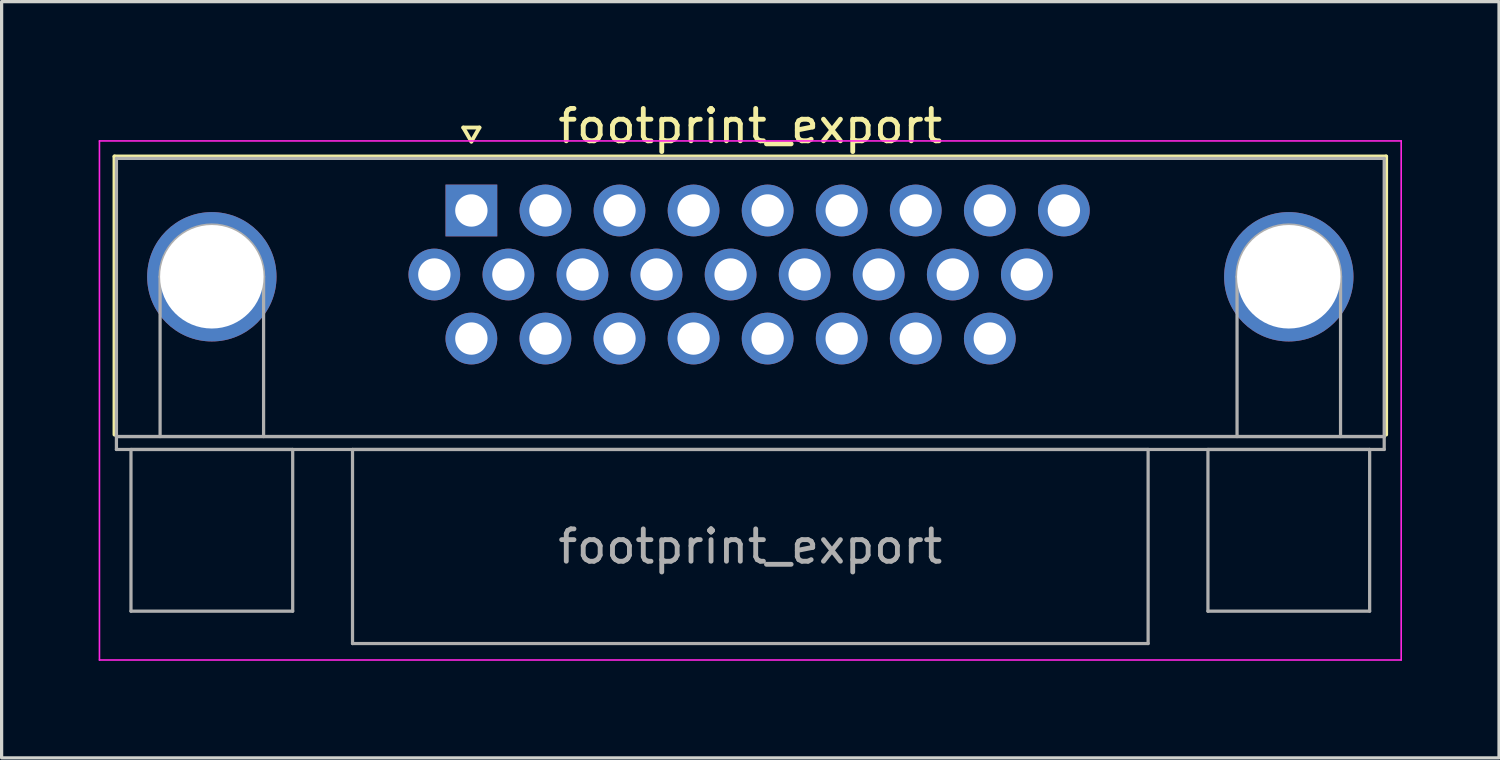
<source format=kicad_pcb>
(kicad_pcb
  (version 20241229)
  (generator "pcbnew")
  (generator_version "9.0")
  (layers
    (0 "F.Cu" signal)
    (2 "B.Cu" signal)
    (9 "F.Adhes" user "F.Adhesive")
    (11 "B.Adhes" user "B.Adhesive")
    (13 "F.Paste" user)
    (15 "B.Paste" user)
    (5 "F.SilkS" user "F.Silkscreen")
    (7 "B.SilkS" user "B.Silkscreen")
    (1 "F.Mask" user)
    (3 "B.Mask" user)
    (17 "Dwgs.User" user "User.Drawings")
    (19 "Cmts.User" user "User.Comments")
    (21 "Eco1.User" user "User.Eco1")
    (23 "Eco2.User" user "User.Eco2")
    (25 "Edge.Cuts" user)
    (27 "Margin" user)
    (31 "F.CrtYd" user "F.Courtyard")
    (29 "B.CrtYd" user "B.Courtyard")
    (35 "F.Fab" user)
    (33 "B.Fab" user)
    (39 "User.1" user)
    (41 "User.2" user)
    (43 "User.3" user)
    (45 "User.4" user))
  (footprint "footprint_export"
    (layer "F.Cu")
    (at 11.525 3.458)
    (property "Reference" "footprint_export" (at 8.625 -2.61 0) (layer "F.SilkS") (effects (font (size 1 1) (thickness 0.15))))
    (attr through_hole)
    (fp_line (start -11.035 -1.67) (end 28.285 -1.67) (stroke (width 0.12) (type solid)) (layer "F.SilkS"))
    (fp_line (start -11.035 6.93) (end -11.035 -1.67) (stroke (width 0.12) (type solid)) (layer "F.SilkS"))
    (fp_line (start -0.25 -2.564) (end 0.25 -2.564) (stroke (width 0.12) (type solid)) (layer "F.SilkS"))
    (fp_line (start 0 -2.131) (end -0.25 -2.564) (stroke (width 0.12) (type solid)) (layer "F.SilkS"))
    (fp_line (start 0.25 -2.564) (end 0 -2.131) (stroke (width 0.12) (type solid)) (layer "F.SilkS"))
    (fp_line (start 28.285 -1.67) (end 28.285 6.93) (stroke (width 0.12) (type solid)) (layer "F.SilkS"))
    (fp_line (start -11.5 -2.15) (end -11.5 13.9) (stroke (width 0.05) (type solid)) (layer "F.CrtYd"))
    (fp_line (start -11.5 13.9) (end 28.75 13.9) (stroke (width 0.05) (type solid)) (layer "F.CrtYd"))
    (fp_line (start 28.75 -2.15) (end -11.5 -2.15) (stroke (width 0.05) (type solid)) (layer "F.CrtYd"))
    (fp_line (start 28.75 13.9) (end 28.75 -2.15) (stroke (width 0.05) (type solid)) (layer "F.CrtYd"))
    (fp_line (start -10.975 -1.61) (end -10.975 6.99) (stroke (width 0.1) (type solid)) (layer "F.Fab"))
    (fp_line (start -10.975 6.99) (end -10.975 7.39) (stroke (width 0.1) (type solid)) (layer "F.Fab"))
    (fp_line (start -10.975 6.99) (end 28.225 6.99) (stroke (width 0.1) (type solid)) (layer "F.Fab"))
    (fp_line (start -10.975 7.39) (end 28.225 7.39) (stroke (width 0.1) (type solid)) (layer "F.Fab"))
    (fp_line (start -10.525 7.39) (end -10.525 12.39) (stroke (width 0.1) (type solid)) (layer "F.Fab"))
    (fp_line (start -10.525 12.39) (end -5.525 12.39) (stroke (width 0.1) (type solid)) (layer "F.Fab"))
    (fp_line (start -9.625 6.99) (end -9.625 2.05) (stroke (width 0.1) (type solid)) (layer "F.Fab"))
    (fp_line (start -6.425 6.99) (end -6.425 2.05) (stroke (width 0.1) (type solid)) (layer "F.Fab"))
    (fp_line (start -5.525 7.39) (end -10.525 7.39) (stroke (width 0.1) (type solid)) (layer "F.Fab"))
    (fp_line (start -5.525 12.39) (end -5.525 7.39) (stroke (width 0.1) (type solid)) (layer "F.Fab"))
    (fp_line (start -3.675 7.39) (end -3.675 13.39) (stroke (width 0.1) (type solid)) (layer "F.Fab"))
    (fp_line (start -3.675 13.39) (end 20.925 13.39) (stroke (width 0.1) (type solid)) (layer "F.Fab"))
    (fp_line (start 20.925 7.39) (end -3.675 7.39) (stroke (width 0.1) (type solid)) (layer "F.Fab"))
    (fp_line (start 20.925 13.39) (end 20.925 7.39) (stroke (width 0.1) (type solid)) (layer "F.Fab"))
    (fp_line (start 22.775 7.39) (end 22.775 12.39) (stroke (width 0.1) (type solid)) (layer "F.Fab"))
    (fp_line (start 22.775 12.39) (end 27.775 12.39) (stroke (width 0.1) (type solid)) (layer "F.Fab"))
    (fp_line (start 23.675 6.99) (end 23.675 2.05) (stroke (width 0.1) (type solid)) (layer "F.Fab"))
    (fp_line (start 26.875 6.99) (end 26.875 2.05) (stroke (width 0.1) (type solid)) (layer "F.Fab"))
    (fp_line (start 27.775 7.39) (end 22.775 7.39) (stroke (width 0.1) (type solid)) (layer "F.Fab"))
    (fp_line (start 27.775 12.39) (end 27.775 7.39) (stroke (width 0.1) (type solid)) (layer "F.Fab"))
    (fp_line (start 28.225 -1.61) (end -10.975 -1.61) (stroke (width 0.1) (type solid)) (layer "F.Fab"))
    (fp_line (start 28.225 6.99) (end -10.975 6.99) (stroke (width 0.1) (type solid)) (layer "F.Fab"))
    (fp_line (start 28.225 6.99) (end 28.225 -1.61) (stroke (width 0.1) (type solid)) (layer "F.Fab"))
    (fp_line (start 28.225 7.39) (end 28.225 6.99) (stroke (width 0.1) (type solid)) (layer "F.Fab"))
    (fp_arc (start -9.625 2.05) (mid -8.025 0.45) (end -6.425 2.05) (stroke (width 0.1) (type solid)) (layer "F.Fab"))
    (fp_arc (start 23.675 2.05) (mid 25.275 0.45) (end 26.875 2.05) (stroke (width 0.1) (type solid)) (layer "F.Fab"))
    (fp_text user "${REFERENCE}" (at 8.625 10.39 0) (layer "F.Fab") (effects (font (size 1 1) (thickness 0.15))))
    (pad "0" thru_hole circle (at -8.025 2.05) (size 4 4) (drill 3.2) (layers "*.Cu" "*.Mask"))
    (pad "0" thru_hole circle (at 25.275 2.05) (size 4 4) (drill 3.2) (layers "*.Cu" "*.Mask"))
    (pad "1" thru_hole rect (at 0 0) (size 1.6 1.6) (drill 1) (layers "*.Cu" "*.Mask"))
    (pad "2" thru_hole circle (at 2.29 0) (size 1.6 1.6) (drill 1) (layers "*.Cu" "*.Mask"))
    (pad "3" thru_hole circle (at 4.58 0) (size 1.6 1.6) (drill 1) (layers "*.Cu" "*.Mask"))
    (pad "4" thru_hole circle (at 6.87 0) (size 1.6 1.6) (drill 1) (layers "*.Cu" "*.Mask"))
    (pad "5" thru_hole circle (at 9.16 0) (size 1.6 1.6) (drill 1) (layers "*.Cu" "*.Mask"))
    (pad "6" thru_hole circle (at 11.45 0) (size 1.6 1.6) (drill 1) (layers "*.Cu" "*.Mask"))
    (pad "7" thru_hole circle (at 13.74 0) (size 1.6 1.6) (drill 1) (layers "*.Cu" "*.Mask"))
    (pad "8" thru_hole circle (at 16.03 0) (size 1.6 1.6) (drill 1) (layers "*.Cu" "*.Mask"))
    (pad "9" thru_hole circle (at 18.32 0) (size 1.6 1.6) (drill 1) (layers "*.Cu" "*.Mask"))
    (pad "10" thru_hole circle (at -1.145 1.98) (size 1.6 1.6) (drill 1) (layers "*.Cu" "*.Mask"))
    (pad "11" thru_hole circle (at 1.145 1.98) (size 1.6 1.6) (drill 1) (layers "*.Cu" "*.Mask"))
    (pad "12" thru_hole circle (at 3.435 1.98) (size 1.6 1.6) (drill 1) (layers "*.Cu" "*.Mask"))
    (pad "13" thru_hole circle (at 5.725 1.98) (size 1.6 1.6) (drill 1) (layers "*.Cu" "*.Mask"))
    (pad "14" thru_hole circle (at 8.015 1.98) (size 1.6 1.6) (drill 1) (layers "*.Cu" "*.Mask"))
    (pad "15" thru_hole circle (at 10.305 1.98) (size 1.6 1.6) (drill 1) (layers "*.Cu" "*.Mask"))
    (pad "16" thru_hole circle (at 12.595 1.98) (size 1.6 1.6) (drill 1) (layers "*.Cu" "*.Mask"))
    (pad "17" thru_hole circle (at 14.885 1.98) (size 1.6 1.6) (drill 1) (layers "*.Cu" "*.Mask"))
    (pad "18" thru_hole circle (at 17.175 1.98) (size 1.6 1.6) (drill 1) (layers "*.Cu" "*.Mask"))
    (pad "19" thru_hole circle (at 0 3.96) (size 1.6 1.6) (drill 1) (layers "*.Cu" "*.Mask"))
    (pad "20" thru_hole circle (at 2.29 3.96) (size 1.6 1.6) (drill 1) (layers "*.Cu" "*.Mask"))
    (pad "21" thru_hole circle (at 4.58 3.96) (size 1.6 1.6) (drill 1) (layers "*.Cu" "*.Mask"))
    (pad "22" thru_hole circle (at 6.87 3.96) (size 1.6 1.6) (drill 1) (layers "*.Cu" "*.Mask"))
    (pad "23" thru_hole circle (at 9.16 3.96) (size 1.6 1.6) (drill 1) (layers "*.Cu" "*.Mask"))
    (pad "24" thru_hole circle (at 11.45 3.96) (size 1.6 1.6) (drill 1) (layers "*.Cu" "*.Mask"))
    (pad "25" thru_hole circle (at 13.74 3.96) (size 1.6 1.6) (drill 1) (layers "*.Cu" "*.Mask"))
    (pad "26" thru_hole circle (at 16.03 3.96) (size 1.6 1.6) (drill 1) (layers "*.Cu" "*.Mask")))
  (gr_rect
    (start -3 -3)
    (end 43.3 20.383)
    (stroke (width 0.1) (type default))
    (fill no)
    (layer "Edge.Cuts")))
</source>
